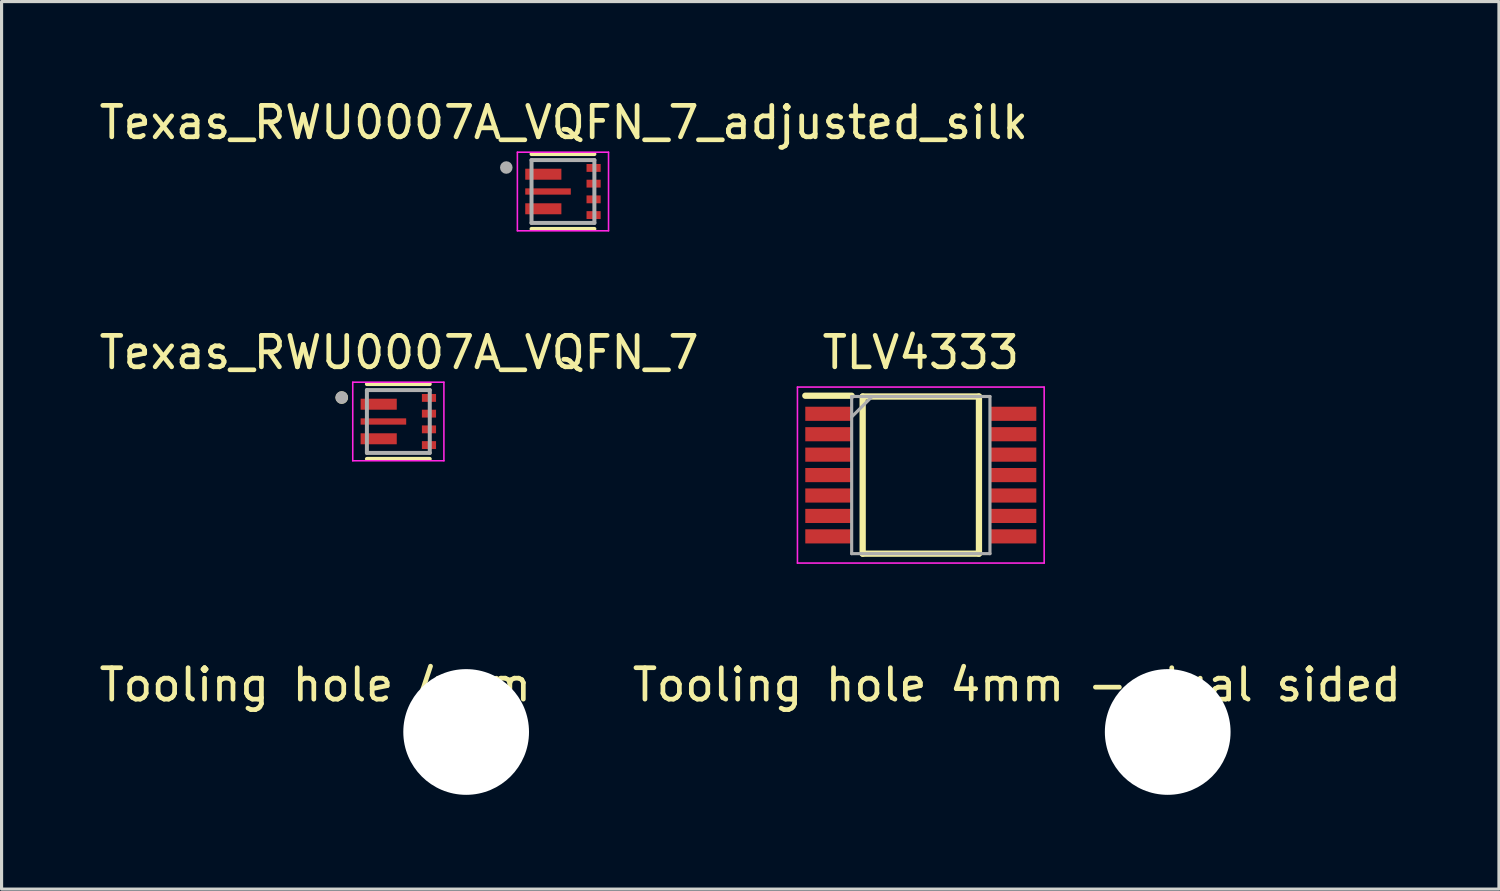
<source format=kicad_pcb>
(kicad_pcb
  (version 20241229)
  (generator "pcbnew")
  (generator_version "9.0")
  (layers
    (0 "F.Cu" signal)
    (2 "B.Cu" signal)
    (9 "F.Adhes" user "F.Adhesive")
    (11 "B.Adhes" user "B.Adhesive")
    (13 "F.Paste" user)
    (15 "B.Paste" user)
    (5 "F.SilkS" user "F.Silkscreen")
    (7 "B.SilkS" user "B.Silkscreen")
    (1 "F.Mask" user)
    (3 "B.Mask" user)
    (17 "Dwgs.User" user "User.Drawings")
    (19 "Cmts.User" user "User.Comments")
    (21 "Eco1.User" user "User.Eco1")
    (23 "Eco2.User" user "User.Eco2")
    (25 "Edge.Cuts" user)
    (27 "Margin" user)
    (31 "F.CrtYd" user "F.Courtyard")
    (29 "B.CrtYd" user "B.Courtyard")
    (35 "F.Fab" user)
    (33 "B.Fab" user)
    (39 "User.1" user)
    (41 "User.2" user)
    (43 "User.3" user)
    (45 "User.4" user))
  (footprint "Texas_RWU0007A_VQFN_7"
    (layer "F.Cu")
    (at 9.624 10.361)
    (property "Reference" "Texas_RWU0007A_VQFN_7" (at 0.025 -2.195 0) (layer "F.SilkS") (effects (font (size 1 1) (thickness 0.15))))
    (attr smd)
    (fp_line (start -1 -1.19) (end 1 -1.19) (stroke (width 0.127) (type solid)) (layer "F.SilkS"))
    (fp_line (start -1 1.19) (end 1 1.19) (stroke (width 0.127) (type solid)) (layer "F.SilkS"))
    (fp_circle (center -1.8 -0.762) (end -1.7 -0.762) (stroke (width 0.2) (type solid)) (fill no) (layer "F.SilkS"))
    (fp_poly (pts (xy -1.2 -0.725) (xy -0.725 -0.725) (xy -0.725 -0.375) (xy -1.2 -0.375)) (stroke (width 0.01) (type solid)) (fill yes) (layer "F.Paste"))
    (fp_poly (pts (xy -1.2 -0.1) (xy -0.575 -0.1) (xy -0.575 0.1) (xy -1.2 0.1)) (stroke (width 0.01) (type solid)) (fill yes) (layer "F.Paste"))
    (fp_poly (pts (xy -1.2 0.375) (xy -0.725 0.375) (xy -0.725 0.725) (xy -1.2 0.725)) (stroke (width 0.01) (type solid)) (fill yes) (layer "F.Paste"))
    (fp_poly (pts (xy -0.525 -0.725) (xy -0.05 -0.725) (xy -0.05 -0.375) (xy -0.525 -0.375)) (stroke (width 0.01) (type solid)) (fill yes) (layer "F.Paste"))
    (fp_poly (pts (xy -0.525 0.375) (xy -0.05 0.375) (xy -0.05 0.725) (xy -0.525 0.725)) (stroke (width 0.01) (type solid)) (fill yes) (layer "F.Paste"))
    (fp_poly (pts (xy -0.375 -0.1) (xy 0.25 -0.1) (xy 0.25 0.1) (xy -0.375 0.1)) (stroke (width 0.01) (type solid)) (fill yes) (layer "F.Paste"))
    (fp_line (start -1.45 -1.25) (end -1.45 1.25) (stroke (width 0.05) (type solid)) (layer "F.CrtYd"))
    (fp_line (start -1.45 1.25) (end 1.45 1.25) (stroke (width 0.05) (type solid)) (layer "F.CrtYd"))
    (fp_line (start 1.45 -1.25) (end -1.45 -1.25) (stroke (width 0.05) (type solid)) (layer "F.CrtYd"))
    (fp_line (start 1.45 1.25) (end 1.45 -1.25) (stroke (width 0.05) (type solid)) (layer "F.CrtYd"))
    (fp_line (start -1 -1) (end -1 1) (stroke (width 0.127) (type solid)) (layer "F.Fab"))
    (fp_line (start -1 1) (end 1 1) (stroke (width 0.127) (type solid)) (layer "F.Fab"))
    (fp_line (start 1 -1) (end -1 -1) (stroke (width 0.127) (type solid)) (layer "F.Fab"))
    (fp_line (start 1 1) (end 1 -1) (stroke (width 0.127) (type solid)) (layer "F.Fab"))
    (fp_circle (center -1.803 -0.763) (end -1.703 -0.763) (stroke (width 0.2) (type solid)) (fill no) (layer "F.Fab"))
    (pad "1" smd rect (at -0.625 -0.55) (size 1.15 0.35) (layers "F.Cu" "F.Mask"))
    (pad "2" smd rect (at -0.475 0) (size 1.45 0.2) (layers "F.Cu" "F.Mask"))
    (pad "3" smd rect (at -0.625 0.55) (size 1.15 0.35) (layers "F.Cu" "F.Mask"))
    (pad "4" smd rect (at 0.975 0.75) (size 0.45 0.25) (layers "F.Cu" "F.Mask" "F.Paste"))
    (pad "5" smd rect (at 0.975 0.25) (size 0.45 0.25) (layers "F.Cu" "F.Mask" "F.Paste"))
    (pad "6" smd rect (at 0.975 -0.25) (size 0.45 0.25) (layers "F.Cu" "F.Mask" "F.Paste"))
    (pad "7" smd rect (at 0.975 -0.75) (size 0.45 0.25) (layers "F.Cu" "F.Mask" "F.Paste")))
  (footprint "Texas_RWU0007A_VQFN_7_adjusted_silk"
    (layer "F.Cu")
    (at 14.862 3.043)
    (property "Reference" "Texas_RWU0007A_VQFN_7_adjusted_silk" (at 0.025 -2.195 0) (layer "F.SilkS") (effects (font (size 1 1) (thickness 0.15))))
    (attr smd)
    (fp_line (start -1 -1.19) (end 1 -1.19) (stroke (width 0.127) (type solid)) (layer "F.SilkS"))
    (fp_line (start -1 1.19) (end 1 1.19) (stroke (width 0.127) (type solid)) (layer "F.SilkS"))
    (fp_poly (pts (xy -1.2 -0.725) (xy -0.725 -0.725) (xy -0.725 -0.375) (xy -1.2 -0.375)) (stroke (width 0.01) (type solid)) (fill yes) (layer "F.Paste"))
    (fp_poly (pts (xy -1.2 -0.1) (xy -0.575 -0.1) (xy -0.575 0.1) (xy -1.2 0.1)) (stroke (width 0.01) (type solid)) (fill yes) (layer "F.Paste"))
    (fp_poly (pts (xy -1.2 0.375) (xy -0.725 0.375) (xy -0.725 0.725) (xy -1.2 0.725)) (stroke (width 0.01) (type solid)) (fill yes) (layer "F.Paste"))
    (fp_poly (pts (xy -0.525 -0.725) (xy -0.05 -0.725) (xy -0.05 -0.375) (xy -0.525 -0.375)) (stroke (width 0.01) (type solid)) (fill yes) (layer "F.Paste"))
    (fp_poly (pts (xy -0.525 0.375) (xy -0.05 0.375) (xy -0.05 0.725) (xy -0.525 0.725)) (stroke (width 0.01) (type solid)) (fill yes) (layer "F.Paste"))
    (fp_poly (pts (xy -0.375 -0.1) (xy 0.25 -0.1) (xy 0.25 0.1) (xy -0.375 0.1)) (stroke (width 0.01) (type solid)) (fill yes) (layer "F.Paste"))
    (fp_line (start -1.45 -1.25) (end -1.45 1.25) (stroke (width 0.05) (type solid)) (layer "F.CrtYd"))
    (fp_line (start -1.45 1.25) (end 1.45 1.25) (stroke (width 0.05) (type solid)) (layer "F.CrtYd"))
    (fp_line (start 1.45 -1.25) (end -1.45 -1.25) (stroke (width 0.05) (type solid)) (layer "F.CrtYd"))
    (fp_line (start 1.45 1.25) (end 1.45 -1.25) (stroke (width 0.05) (type solid)) (layer "F.CrtYd"))
    (fp_line (start -1 -1) (end -1 1) (stroke (width 0.127) (type solid)) (layer "F.Fab"))
    (fp_line (start -1 1) (end 1 1) (stroke (width 0.127) (type solid)) (layer "F.Fab"))
    (fp_line (start 1 -1) (end -1 -1) (stroke (width 0.127) (type solid)) (layer "F.Fab"))
    (fp_line (start 1 1) (end 1 -1) (stroke (width 0.127) (type solid)) (layer "F.Fab"))
    (fp_circle (center -1.803 -0.763) (end -1.703 -0.763) (stroke (width 0.2) (type solid)) (fill no) (layer "F.Fab"))
    (pad "1" smd rect (at -0.625 -0.55) (size 1.15 0.35) (layers "F.Cu" "F.Mask"))
    (pad "2" smd rect (at -0.475 0) (size 1.45 0.2) (layers "F.Cu" "F.Mask"))
    (pad "3" smd rect (at -0.625 0.55) (size 1.15 0.35) (layers "F.Cu" "F.Mask"))
    (pad "4" smd rect (at 0.975 0.75) (size 0.45 0.25) (layers "F.Cu" "F.Mask" "F.Paste"))
    (pad "5" smd rect (at 0.975 0.25) (size 0.45 0.25) (layers "F.Cu" "F.Mask" "F.Paste"))
    (pad "6" smd rect (at 0.975 -0.25) (size 0.45 0.25) (layers "F.Cu" "F.Mask" "F.Paste"))
    (pad "7" smd rect (at 0.975 -0.75) (size 0.45 0.25) (layers "F.Cu" "F.Mask" "F.Paste")))
  (footprint "Tooling hole 4mm - dual sided"
    (layer "F.Cu")
    (at 34.104 20.24)
    (property "Reference" "Tooling hole 4mm - dual sided" (at -4.8 -1.5 0) (layer "F.SilkS") (effects (font (size 1 1) (thickness 0.15))))
    (attr through_hole)
    (pad "" np_thru_hole circle (at 0 0) (size 4 4) (drill 4) (layers "*.Cu" "*.Paste" "*.Mask")))
  (footprint "Tooling hole 4mm"
    (layer "F.Cu")
    (at 11.782 20.24)
    (property "Reference" "Tooling hole 4mm" (at -4.8 -1.5 0) (layer "F.SilkS") (effects (font (size 1 1) (thickness 0.15))))
    (attr through_hole)
    (pad "" np_thru_hole circle (at 0 0) (size 4 4) (drill 4) (layers "*.Cu" "*.Mask" "F.Paste")))
  (footprint "TLV4333"
    (layer "F.Cu")
    (at 26.248 12.066)
    (property "Reference" "TLV4333" (at 0 -3.9 0) (layer "F.SilkS") (effects (font (size 1 1) (thickness 0.15))))
    (attr smd)
    (fp_line (start -3.675 -2.525) (end -2.2 -2.525) (stroke (width 0.2) (type solid)) (layer "F.SilkS"))
    (fp_line (start -1.85 -2.5) (end 1.85 -2.5) (stroke (width 0.2) (type solid)) (layer "F.SilkS"))
    (fp_line (start -1.85 2.5) (end -1.85 -2.5) (stroke (width 0.2) (type solid)) (layer "F.SilkS"))
    (fp_line (start 1.85 -2.5) (end 1.85 2.5) (stroke (width 0.2) (type solid)) (layer "F.SilkS"))
    (fp_line (start 1.85 2.5) (end -1.85 2.5) (stroke (width 0.2) (type solid)) (layer "F.SilkS"))
    (fp_line (start -3.925 -2.8) (end 3.925 -2.8) (stroke (width 0.05) (type solid)) (layer "F.CrtYd"))
    (fp_line (start -3.925 2.8) (end -3.925 -2.8) (stroke (width 0.05) (type solid)) (layer "F.CrtYd"))
    (fp_line (start 3.925 -2.8) (end 3.925 2.8) (stroke (width 0.05) (type solid)) (layer "F.CrtYd"))
    (fp_line (start 3.925 2.8) (end -3.925 2.8) (stroke (width 0.05) (type solid)) (layer "F.CrtYd"))
    (fp_line (start -2.2 -2.5) (end 2.2 -2.5) (stroke (width 0.1) (type solid)) (layer "F.Fab"))
    (fp_line (start -2.2 -1.85) (end -1.55 -2.5) (stroke (width 0.1) (type solid)) (layer "F.Fab"))
    (fp_line (start -2.2 2.5) (end -2.2 -2.5) (stroke (width 0.1) (type solid)) (layer "F.Fab"))
    (fp_line (start 2.2 -2.5) (end 2.2 2.5) (stroke (width 0.1) (type solid)) (layer "F.Fab"))
    (fp_line (start 2.2 2.5) (end -2.2 2.5) (stroke (width 0.1) (type solid)) (layer "F.Fab"))
    (pad "1" smd rect (at -2.938 -1.95 90) (size 0.45 1.475) (layers "F.Cu" "F.Mask" "F.Paste"))
    (pad "2" smd rect (at -2.938 -1.3 90) (size 0.45 1.475) (layers "F.Cu" "F.Mask" "F.Paste"))
    (pad "3" smd rect (at -2.938 -0.65 90) (size 0.45 1.475) (layers "F.Cu" "F.Mask" "F.Paste"))
    (pad "4" smd rect (at -2.938 0 90) (size 0.45 1.475) (layers "F.Cu" "F.Mask" "F.Paste"))
    (pad "5" smd rect (at -2.938 0.65 90) (size 0.45 1.475) (layers "F.Cu" "F.Mask" "F.Paste"))
    (pad "6" smd rect (at -2.938 1.3 90) (size 0.45 1.475) (layers "F.Cu" "F.Mask" "F.Paste"))
    (pad "7" smd rect (at -2.938 1.95 90) (size 0.45 1.475) (layers "F.Cu" "F.Mask" "F.Paste"))
    (pad "8" smd rect (at 2.938 1.95 90) (size 0.45 1.475) (layers "F.Cu" "F.Mask" "F.Paste"))
    (pad "9" smd rect (at 2.938 1.3 90) (size 0.45 1.475) (layers "F.Cu" "F.Mask" "F.Paste"))
    (pad "10" smd rect (at 2.938 0.65 90) (size 0.45 1.475) (layers "F.Cu" "F.Mask" "F.Paste"))
    (pad "11" smd rect (at 2.938 0 90) (size 0.45 1.475) (layers "F.Cu" "F.Mask" "F.Paste"))
    (pad "12" smd rect (at 2.938 -0.65 90) (size 0.45 1.475) (layers "F.Cu" "F.Mask" "F.Paste"))
    (pad "13" smd rect (at 2.938 -1.3 90) (size 0.45 1.475) (layers "F.Cu" "F.Mask" "F.Paste"))
    (pad "14" smd rect (at 2.938 -1.95 90) (size 0.45 1.475) (layers "F.Cu" "F.Mask" "F.Paste")))
  (gr_rect
    (start -3 -3)
    (end 44.643 25.24)
    (stroke (width 0.1) (type default))
    (fill no)
    (layer "Edge.Cuts")))
</source>
